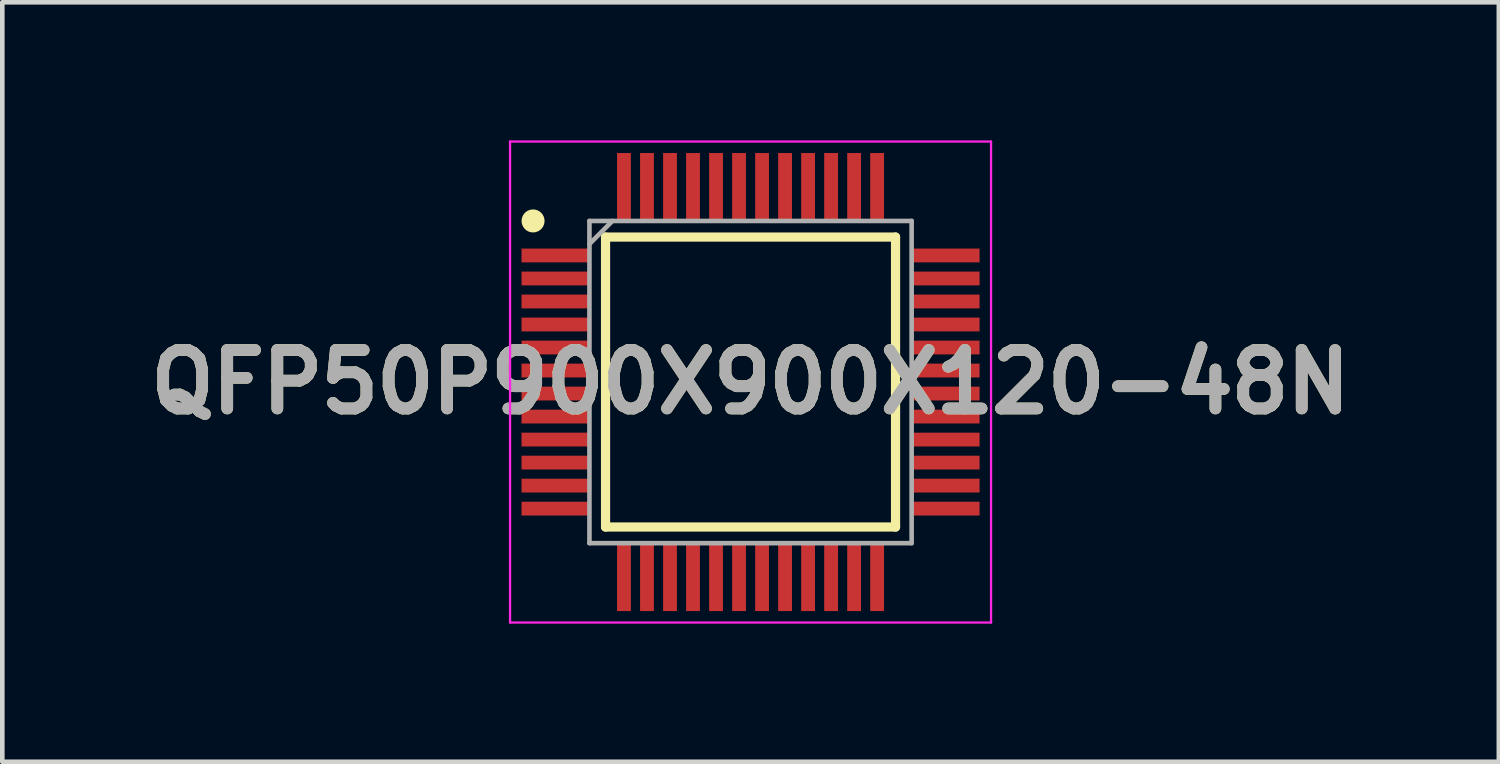
<source format=kicad_pcb>
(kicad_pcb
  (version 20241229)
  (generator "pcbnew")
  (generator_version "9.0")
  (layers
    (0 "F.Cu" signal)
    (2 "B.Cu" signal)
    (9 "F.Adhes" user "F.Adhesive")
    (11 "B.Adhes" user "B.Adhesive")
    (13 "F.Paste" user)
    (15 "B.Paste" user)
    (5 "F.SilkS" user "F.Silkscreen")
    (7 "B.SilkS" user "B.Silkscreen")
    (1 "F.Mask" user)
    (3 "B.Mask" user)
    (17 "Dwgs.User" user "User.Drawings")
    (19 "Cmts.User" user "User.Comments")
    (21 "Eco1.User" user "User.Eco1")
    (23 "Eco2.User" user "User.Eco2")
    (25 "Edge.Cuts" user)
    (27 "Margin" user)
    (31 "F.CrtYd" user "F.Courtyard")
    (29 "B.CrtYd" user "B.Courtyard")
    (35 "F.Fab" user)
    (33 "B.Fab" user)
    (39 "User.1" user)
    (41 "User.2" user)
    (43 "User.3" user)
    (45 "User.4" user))
  (footprint "QFP50P900X900X120-48N"
    (layer "F.Cu")
    (at 13.256 5.25)
    (property "Reference" "QFP50P900X900X120-48N" (at 0 0 0) (layer "F.SilkS") (effects (font (size 1.27 1.27) (thickness 0.254))))
    (attr smd)
    (fp_line (start -3.15 -3.15) (end 3.15 -3.15) (stroke (width 0.2) (type solid)) (layer "F.SilkS"))
    (fp_line (start -3.15 3.15) (end -3.15 -3.15) (stroke (width 0.2) (type solid)) (layer "F.SilkS"))
    (fp_line (start 3.15 -3.15) (end 3.15 3.15) (stroke (width 0.2) (type solid)) (layer "F.SilkS"))
    (fp_line (start 3.15 3.15) (end -3.15 3.15) (stroke (width 0.2) (type solid)) (layer "F.SilkS"))
    (fp_circle (center -4.725 -3.5) (end -4.725 -3.375) (stroke (width 0.25) (type solid)) (fill no) (layer "F.SilkS"))
    (fp_line (start -5.225 -5.225) (end 5.225 -5.225) (stroke (width 0.05) (type solid)) (layer "F.CrtYd"))
    (fp_line (start -5.225 5.225) (end -5.225 -5.225) (stroke (width 0.05) (type solid)) (layer "F.CrtYd"))
    (fp_line (start 5.225 -5.225) (end 5.225 5.225) (stroke (width 0.05) (type solid)) (layer "F.CrtYd"))
    (fp_line (start 5.225 5.225) (end -5.225 5.225) (stroke (width 0.05) (type solid)) (layer "F.CrtYd"))
    (fp_line (start -3.5 -3.5) (end 3.5 -3.5) (stroke (width 0.1) (type solid)) (layer "F.Fab"))
    (fp_line (start -3.5 -3) (end -3 -3.5) (stroke (width 0.1) (type solid)) (layer "F.Fab"))
    (fp_line (start -3.5 3.5) (end -3.5 -3.5) (stroke (width 0.1) (type solid)) (layer "F.Fab"))
    (fp_line (start 3.5 -3.5) (end 3.5 3.5) (stroke (width 0.1) (type solid)) (layer "F.Fab"))
    (fp_line (start 3.5 3.5) (end -3.5 3.5) (stroke (width 0.1) (type solid)) (layer "F.Fab"))
    (fp_text user "${REFERENCE}" (at 0 0 0) (layer "F.Fab") (effects (font (size 1.27 1.27) (thickness 0.254))))
    (pad "1" smd rect (at -4.238 -2.75 90) (size 0.3 1.475) (layers "F.Cu" "F.Paste"))
    (pad "2" smd rect (at -4.238 -2.25 90) (size 0.3 1.475) (layers "F.Cu" "F.Paste"))
    (pad "3" smd rect (at -4.238 -1.75 90) (size 0.3 1.475) (layers "F.Cu" "F.Paste"))
    (pad "4" smd rect (at -4.238 -1.25 90) (size 0.3 1.475) (layers "F.Cu" "F.Paste"))
    (pad "5" smd rect (at -4.238 -0.75 90) (size 0.3 1.475) (layers "F.Cu" "F.Paste"))
    (pad "6" smd rect (at -4.238 -0.25 90) (size 0.3 1.475) (layers "F.Cu" "F.Paste"))
    (pad "7" smd rect (at -4.238 0.25 90) (size 0.3 1.475) (layers "F.Cu" "F.Paste"))
    (pad "8" smd rect (at -4.238 0.75 90) (size 0.3 1.475) (layers "F.Cu" "F.Paste"))
    (pad "9" smd rect (at -4.238 1.25 90) (size 0.3 1.475) (layers "F.Cu" "F.Paste"))
    (pad "10" smd rect (at -4.238 1.75 90) (size 0.3 1.475) (layers "F.Cu" "F.Paste"))
    (pad "11" smd rect (at -4.238 2.25 90) (size 0.3 1.475) (layers "F.Cu" "F.Paste"))
    (pad "12" smd rect (at -4.238 2.75 90) (size 0.3 1.475) (layers "F.Cu" "F.Paste"))
    (pad "13" smd rect (at -2.75 4.238) (size 0.3 1.475) (layers "F.Cu" "F.Paste"))
    (pad "14" smd rect (at -2.25 4.238) (size 0.3 1.475) (layers "F.Cu" "F.Paste"))
    (pad "15" smd rect (at -1.75 4.238) (size 0.3 1.475) (layers "F.Cu" "F.Paste"))
    (pad "16" smd rect (at -1.25 4.238) (size 0.3 1.475) (layers "F.Cu" "F.Paste"))
    (pad "17" smd rect (at -0.75 4.238) (size 0.3 1.475) (layers "F.Cu" "F.Paste"))
    (pad "18" smd rect (at -0.25 4.238) (size 0.3 1.475) (layers "F.Cu" "F.Paste"))
    (pad "19" smd rect (at 0.25 4.238) (size 0.3 1.475) (layers "F.Cu" "F.Paste"))
    (pad "20" smd rect (at 0.75 4.238) (size 0.3 1.475) (layers "F.Cu" "F.Paste"))
    (pad "21" smd rect (at 1.25 4.238) (size 0.3 1.475) (layers "F.Cu" "F.Paste"))
    (pad "22" smd rect (at 1.75 4.238) (size 0.3 1.475) (layers "F.Cu" "F.Paste"))
    (pad "23" smd rect (at 2.25 4.238) (size 0.3 1.475) (layers "F.Cu" "F.Paste"))
    (pad "24" smd rect (at 2.75 4.238) (size 0.3 1.475) (layers "F.Cu" "F.Paste"))
    (pad "25" smd rect (at 4.238 2.75 90) (size 0.3 1.475) (layers "F.Cu" "F.Paste"))
    (pad "26" smd rect (at 4.238 2.25 90) (size 0.3 1.475) (layers "F.Cu" "F.Paste"))
    (pad "27" smd rect (at 4.238 1.75 90) (size 0.3 1.475) (layers "F.Cu" "F.Paste"))
    (pad "28" smd rect (at 4.238 1.25 90) (size 0.3 1.475) (layers "F.Cu" "F.Paste"))
    (pad "29" smd rect (at 4.238 0.75 90) (size 0.3 1.475) (layers "F.Cu" "F.Paste"))
    (pad "30" smd rect (at 4.238 0.25 90) (size 0.3 1.475) (layers "F.Cu" "F.Paste"))
    (pad "31" smd rect (at 4.238 -0.25 90) (size 0.3 1.475) (layers "F.Cu" "F.Paste"))
    (pad "32" smd rect (at 4.238 -0.75 90) (size 0.3 1.475) (layers "F.Cu" "F.Paste"))
    (pad "33" smd rect (at 4.238 -1.25 90) (size 0.3 1.475) (layers "F.Cu" "F.Paste"))
    (pad "34" smd rect (at 4.238 -1.75 90) (size 0.3 1.475) (layers "F.Cu" "F.Paste"))
    (pad "35" smd rect (at 4.238 -2.25 90) (size 0.3 1.475) (layers "F.Cu" "F.Paste"))
    (pad "36" smd rect (at 4.238 -2.75 90) (size 0.3 1.475) (layers "F.Cu" "F.Paste"))
    (pad "37" smd rect (at 2.75 -4.238) (size 0.3 1.475) (layers "F.Cu" "F.Paste"))
    (pad "38" smd rect (at 2.25 -4.238) (size 0.3 1.475) (layers "F.Cu" "F.Paste"))
    (pad "39" smd rect (at 1.75 -4.238) (size 0.3 1.475) (layers "F.Cu" "F.Paste"))
    (pad "40" smd rect (at 1.25 -4.238) (size 0.3 1.475) (layers "F.Cu" "F.Paste"))
    (pad "41" smd rect (at 0.75 -4.238) (size 0.3 1.475) (layers "F.Cu" "F.Paste"))
    (pad "42" smd rect (at 0.25 -4.238) (size 0.3 1.475) (layers "F.Cu" "F.Paste"))
    (pad "43" smd rect (at -0.25 -4.238) (size 0.3 1.475) (layers "F.Cu" "F.Paste"))
    (pad "44" smd rect (at -0.75 -4.238) (size 0.3 1.475) (layers "F.Cu" "F.Paste"))
    (pad "45" smd rect (at -1.25 -4.238) (size 0.3 1.475) (layers "F.Cu" "F.Paste"))
    (pad "46" smd rect (at -1.75 -4.238) (size 0.3 1.475) (layers "F.Cu" "F.Paste"))
    (pad "47" smd rect (at -2.25 -4.238) (size 0.3 1.475) (layers "F.Cu" "F.Paste"))
    (pad "48" smd rect (at -2.75 -4.238) (size 0.3 1.475) (layers "F.Cu" "F.Paste")))
  (gr_rect
    (start -3 -3)
    (end 29.513 13.5)
    (stroke (width 0.1) (type default))
    (fill no)
    (layer "Edge.Cuts")))
</source>
